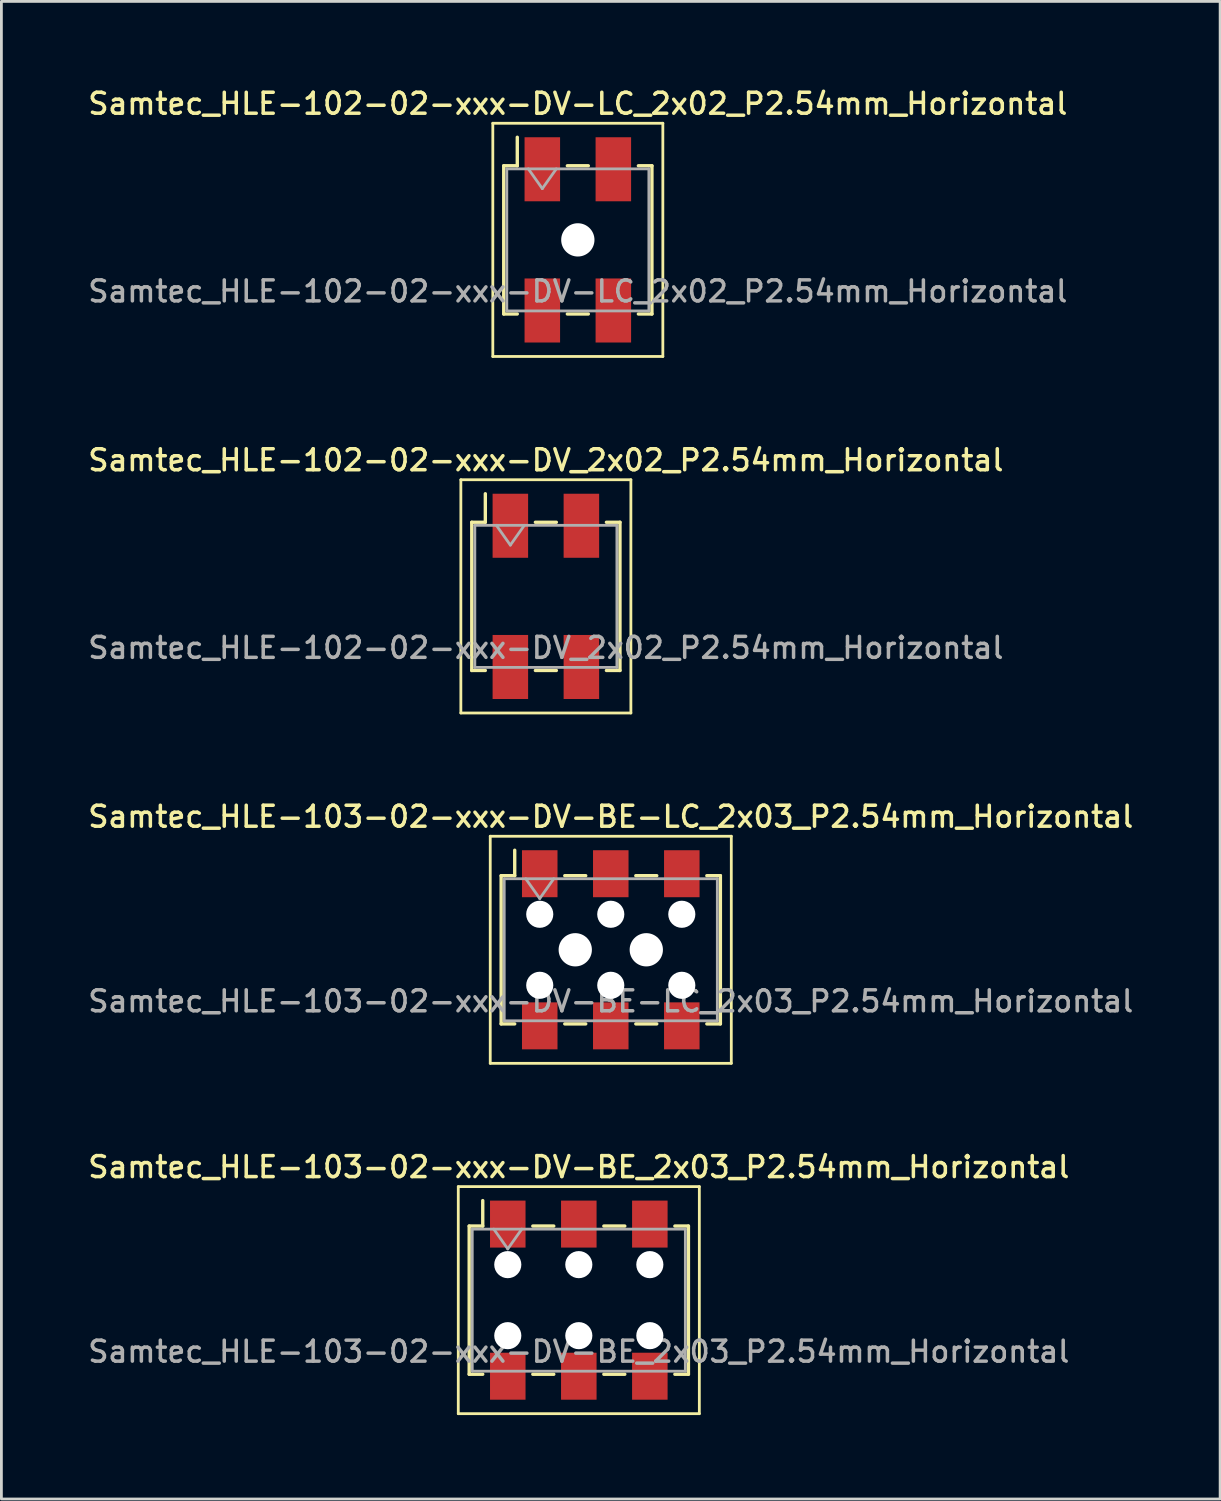
<source format=kicad_pcb>
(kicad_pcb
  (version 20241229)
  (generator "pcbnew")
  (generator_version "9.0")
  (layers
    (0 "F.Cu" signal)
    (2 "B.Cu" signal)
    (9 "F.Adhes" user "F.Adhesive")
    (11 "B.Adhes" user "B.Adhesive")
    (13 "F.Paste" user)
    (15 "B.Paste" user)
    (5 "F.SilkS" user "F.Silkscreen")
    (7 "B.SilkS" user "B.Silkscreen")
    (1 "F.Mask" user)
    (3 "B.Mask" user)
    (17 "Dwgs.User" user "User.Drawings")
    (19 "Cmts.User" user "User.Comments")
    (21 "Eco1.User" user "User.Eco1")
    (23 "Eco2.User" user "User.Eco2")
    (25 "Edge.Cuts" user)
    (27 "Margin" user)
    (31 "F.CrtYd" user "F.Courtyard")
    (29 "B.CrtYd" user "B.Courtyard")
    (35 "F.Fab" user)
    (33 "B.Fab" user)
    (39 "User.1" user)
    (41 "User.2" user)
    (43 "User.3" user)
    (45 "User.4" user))
  (footprint "Samtec_HLE-102-02-xxx-DV_2x02_P2.54mm_Horizontal"
    (layer "F.Cu")
    (at 16.47 18.276)
    (property "Reference" "Samtec_HLE-102-02-xxx-DV_2x02_P2.54mm_Horizontal" (at 0 -4.87 0) (layer "F.SilkS") (effects (font (size 0.75 0.75) (thickness 0.125))))
    (attr smd)
    (fp_line (start -3.04 -4.17) (end 3.04 -4.17) (stroke (width 0.1) (type solid)) (layer "F.SilkS"))
    (fp_line (start -3.04 4.17) (end -3.04 -4.17) (stroke (width 0.1) (type solid)) (layer "F.SilkS"))
    (fp_line (start -2.65 -2.65) (end -2.65 2.65) (stroke (width 0.12) (type solid)) (layer "F.SilkS"))
    (fp_line (start -2.65 2.65) (end -2.165 2.65) (stroke (width 0.12) (type solid)) (layer "F.SilkS"))
    (fp_line (start -2.165 -3.67) (end -2.165 -2.65) (stroke (width 0.12) (type solid)) (layer "F.SilkS"))
    (fp_line (start -2.165 -2.65) (end -2.65 -2.65) (stroke (width 0.12) (type solid)) (layer "F.SilkS"))
    (fp_line (start -0.375 -2.65) (end 0.375 -2.65) (stroke (width 0.12) (type solid)) (layer "F.SilkS"))
    (fp_line (start -0.375 2.65) (end 0.375 2.65) (stroke (width 0.12) (type solid)) (layer "F.SilkS"))
    (fp_line (start 2.165 -2.65) (end 2.65 -2.65) (stroke (width 0.12) (type solid)) (layer "F.SilkS"))
    (fp_line (start 2.65 -2.65) (end 2.65 2.65) (stroke (width 0.12) (type solid)) (layer "F.SilkS"))
    (fp_line (start 2.65 2.65) (end 2.165 2.65) (stroke (width 0.12) (type solid)) (layer "F.SilkS"))
    (fp_line (start 3.04 -4.17) (end 3.04 4.17) (stroke (width 0.1) (type solid)) (layer "F.SilkS"))
    (fp_line (start 3.04 4.17) (end -3.04 4.17) (stroke (width 0.1) (type solid)) (layer "F.SilkS"))
    (fp_line (start -2.54 -2.54) (end 2.54 -2.54) (stroke (width 0.1) (type solid)) (layer "F.Fab"))
    (fp_line (start -2.54 2.54) (end -2.54 -2.54) (stroke (width 0.1) (type solid)) (layer "F.Fab"))
    (fp_line (start -1.77 -2.54) (end -1.27 -1.833) (stroke (width 0.1) (type solid)) (layer "F.Fab"))
    (fp_line (start -1.27 -1.833) (end -0.77 -2.54) (stroke (width 0.1) (type solid)) (layer "F.Fab"))
    (fp_line (start 2.54 -2.54) (end 2.54 2.54) (stroke (width 0.1) (type solid)) (layer "F.Fab"))
    (fp_line (start 2.54 2.54) (end -2.54 2.54) (stroke (width 0.1) (type solid)) (layer "F.Fab"))
    (fp_text user "${REFERENCE}" (at 0 1.84 0) (layer "F.Fab") (effects (font (size 0.75 0.75) (thickness 0.125))))
    (pad "1" smd rect (at -1.27 -2.525) (size 1.27 2.29) (layers "F.Cu" "F.Mask" "F.Paste"))
    (pad "2" smd rect (at -1.27 2.525) (size 1.27 2.29) (layers "F.Cu" "F.Mask" "F.Paste"))
    (pad "3" smd rect (at 1.27 -2.525) (size 1.27 2.29) (layers "F.Cu" "F.Mask" "F.Paste"))
    (pad "4" smd rect (at 1.27 2.525) (size 1.27 2.29) (layers "F.Cu" "F.Mask" "F.Paste")))
  (footprint "Samtec_HLE-103-02-xxx-DV-BE_2x03_P2.54mm_Horizontal"
    (layer "F.Cu")
    (at 17.648 43.443)
    (property "Reference" "Samtec_HLE-103-02-xxx-DV-BE_2x03_P2.54mm_Horizontal" (at 0 -4.76 0) (layer "F.SilkS") (effects (font (size 0.75 0.75) (thickness 0.125))))
    (attr smd)
    (fp_line (start -4.31 -4.06) (end 4.31 -4.06) (stroke (width 0.1) (type solid)) (layer "F.SilkS"))
    (fp_line (start -4.31 4.06) (end -4.31 -4.06) (stroke (width 0.1) (type solid)) (layer "F.SilkS"))
    (fp_line (start -3.92 -2.65) (end -3.92 2.65) (stroke (width 0.12) (type solid)) (layer "F.SilkS"))
    (fp_line (start -3.92 2.65) (end -3.435 2.65) (stroke (width 0.12) (type solid)) (layer "F.SilkS"))
    (fp_line (start -3.435 -3.56) (end -3.435 -2.65) (stroke (width 0.12) (type solid)) (layer "F.SilkS"))
    (fp_line (start -3.435 -2.65) (end -3.92 -2.65) (stroke (width 0.12) (type solid)) (layer "F.SilkS"))
    (fp_line (start -1.645 -2.65) (end -0.895 -2.65) (stroke (width 0.12) (type solid)) (layer "F.SilkS"))
    (fp_line (start -1.645 2.65) (end -0.895 2.65) (stroke (width 0.12) (type solid)) (layer "F.SilkS"))
    (fp_line (start 0.895 -2.65) (end 1.645 -2.65) (stroke (width 0.12) (type solid)) (layer "F.SilkS"))
    (fp_line (start 0.895 2.65) (end 1.645 2.65) (stroke (width 0.12) (type solid)) (layer "F.SilkS"))
    (fp_line (start 3.435 -2.65) (end 3.92 -2.65) (stroke (width 0.12) (type solid)) (layer "F.SilkS"))
    (fp_line (start 3.92 -2.65) (end 3.92 2.65) (stroke (width 0.12) (type solid)) (layer "F.SilkS"))
    (fp_line (start 3.92 2.65) (end 3.435 2.65) (stroke (width 0.12) (type solid)) (layer "F.SilkS"))
    (fp_line (start 4.31 -4.06) (end 4.31 4.06) (stroke (width 0.1) (type solid)) (layer "F.SilkS"))
    (fp_line (start 4.31 4.06) (end -4.31 4.06) (stroke (width 0.1) (type solid)) (layer "F.SilkS"))
    (fp_line (start -3.81 -2.54) (end 3.81 -2.54) (stroke (width 0.1) (type solid)) (layer "F.Fab"))
    (fp_line (start -3.81 2.54) (end -3.81 -2.54) (stroke (width 0.1) (type solid)) (layer "F.Fab"))
    (fp_line (start -3.04 -2.54) (end -2.54 -1.833) (stroke (width 0.1) (type solid)) (layer "F.Fab"))
    (fp_line (start -2.54 -1.833) (end -2.04 -2.54) (stroke (width 0.1) (type solid)) (layer "F.Fab"))
    (fp_line (start 3.81 -2.54) (end 3.81 2.54) (stroke (width 0.1) (type solid)) (layer "F.Fab"))
    (fp_line (start 3.81 2.54) (end -3.81 2.54) (stroke (width 0.1) (type solid)) (layer "F.Fab"))
    (fp_text user "${REFERENCE}" (at 0 1.84 0) (layer "F.Fab") (effects (font (size 0.75 0.75) (thickness 0.125))))
    (pad "" np_thru_hole circle (at -2.54 -1.27) (size 0.97 0.97) (drill 0.97) (layers "*.Cu" "*.Mask"))
    (pad "" np_thru_hole circle (at -2.54 1.27) (size 0.97 0.97) (drill 0.97) (layers "*.Cu" "*.Mask"))
    (pad "" np_thru_hole circle (at 0 -1.27) (size 0.97 0.97) (drill 0.97) (layers "*.Cu" "*.Mask"))
    (pad "" np_thru_hole circle (at 0 1.27) (size 0.97 0.97) (drill 0.97) (layers "*.Cu" "*.Mask"))
    (pad "" np_thru_hole circle (at 2.54 -1.27) (size 0.97 0.97) (drill 0.97) (layers "*.Cu" "*.Mask"))
    (pad "" np_thru_hole circle (at 2.54 1.27) (size 0.97 0.97) (drill 0.97) (layers "*.Cu" "*.Mask"))
    (pad "1" smd rect (at -2.54 -2.72) (size 1.27 1.68) (layers "F.Cu" "F.Mask" "F.Paste"))
    (pad "2" smd rect (at -2.54 2.72) (size 1.27 1.68) (layers "F.Cu" "F.Mask" "F.Paste"))
    (pad "3" smd rect (at 0 -2.72) (size 1.27 1.68) (layers "F.Cu" "F.Mask" "F.Paste"))
    (pad "4" smd rect (at 0 2.72) (size 1.27 1.68) (layers "F.Cu" "F.Mask" "F.Paste"))
    (pad "5" smd rect (at 2.54 -2.72) (size 1.27 1.68) (layers "F.Cu" "F.Mask" "F.Paste"))
    (pad "6" smd rect (at 2.54 2.72) (size 1.27 1.68) (layers "F.Cu" "F.Mask" "F.Paste")))
  (footprint "Samtec_HLE-102-02-xxx-DV-LC_2x02_P2.54mm_Horizontal"
    (layer "F.Cu")
    (at 17.613 5.528)
    (property "Reference" "Samtec_HLE-102-02-xxx-DV-LC_2x02_P2.54mm_Horizontal" (at 0 -4.87 0) (layer "F.SilkS") (effects (font (size 0.75 0.75) (thickness 0.125))))
    (attr smd)
    (fp_line (start -3.04 -4.17) (end 3.04 -4.17) (stroke (width 0.1) (type solid)) (layer "F.SilkS"))
    (fp_line (start -3.04 4.17) (end -3.04 -4.17) (stroke (width 0.1) (type solid)) (layer "F.SilkS"))
    (fp_line (start -2.65 -2.65) (end -2.65 2.65) (stroke (width 0.12) (type solid)) (layer "F.SilkS"))
    (fp_line (start -2.65 2.65) (end -2.165 2.65) (stroke (width 0.12) (type solid)) (layer "F.SilkS"))
    (fp_line (start -2.165 -3.67) (end -2.165 -2.65) (stroke (width 0.12) (type solid)) (layer "F.SilkS"))
    (fp_line (start -2.165 -2.65) (end -2.65 -2.65) (stroke (width 0.12) (type solid)) (layer "F.SilkS"))
    (fp_line (start -0.375 -2.65) (end 0.375 -2.65) (stroke (width 0.12) (type solid)) (layer "F.SilkS"))
    (fp_line (start -0.375 2.65) (end 0.375 2.65) (stroke (width 0.12) (type solid)) (layer "F.SilkS"))
    (fp_line (start 2.165 -2.65) (end 2.65 -2.65) (stroke (width 0.12) (type solid)) (layer "F.SilkS"))
    (fp_line (start 2.65 -2.65) (end 2.65 2.65) (stroke (width 0.12) (type solid)) (layer "F.SilkS"))
    (fp_line (start 2.65 2.65) (end 2.165 2.65) (stroke (width 0.12) (type solid)) (layer "F.SilkS"))
    (fp_line (start 3.04 -4.17) (end 3.04 4.17) (stroke (width 0.1) (type solid)) (layer "F.SilkS"))
    (fp_line (start 3.04 4.17) (end -3.04 4.17) (stroke (width 0.1) (type solid)) (layer "F.SilkS"))
    (fp_line (start -2.54 -2.54) (end 2.54 -2.54) (stroke (width 0.1) (type solid)) (layer "F.Fab"))
    (fp_line (start -2.54 2.54) (end -2.54 -2.54) (stroke (width 0.1) (type solid)) (layer "F.Fab"))
    (fp_line (start -1.77 -2.54) (end -1.27 -1.833) (stroke (width 0.1) (type solid)) (layer "F.Fab"))
    (fp_line (start -1.27 -1.833) (end -0.77 -2.54) (stroke (width 0.1) (type solid)) (layer "F.Fab"))
    (fp_line (start 2.54 -2.54) (end 2.54 2.54) (stroke (width 0.1) (type solid)) (layer "F.Fab"))
    (fp_line (start 2.54 2.54) (end -2.54 2.54) (stroke (width 0.1) (type solid)) (layer "F.Fab"))
    (fp_text user "${REFERENCE}" (at 0 1.84 0) (layer "F.Fab") (effects (font (size 0.75 0.75) (thickness 0.125))))
    (pad "" np_thru_hole circle (at 0 0) (size 1.19 1.19) (drill 1.19) (layers "*.Cu" "*.Mask"))
    (pad "1" smd rect (at -1.27 -2.525) (size 1.27 2.29) (layers "F.Cu" "F.Mask" "F.Paste"))
    (pad "2" smd rect (at -1.27 2.525) (size 1.27 2.29) (layers "F.Cu" "F.Mask" "F.Paste"))
    (pad "3" smd rect (at 1.27 -2.525) (size 1.27 2.29) (layers "F.Cu" "F.Mask" "F.Paste"))
    (pad "4" smd rect (at 1.27 2.525) (size 1.27 2.29) (layers "F.Cu" "F.Mask" "F.Paste")))
  (footprint "Samtec_HLE-103-02-xxx-DV-BE-LC_2x03_P2.54mm_Horizontal"
    (layer "F.Cu")
    (at 18.791 30.914)
    (property "Reference" "Samtec_HLE-103-02-xxx-DV-BE-LC_2x03_P2.54mm_Horizontal" (at 0 -4.76 0) (layer "F.SilkS") (effects (font (size 0.75 0.75) (thickness 0.125))))
    (attr smd)
    (fp_line (start -4.31 -4.06) (end 4.31 -4.06) (stroke (width 0.1) (type solid)) (layer "F.SilkS"))
    (fp_line (start -4.31 4.06) (end -4.31 -4.06) (stroke (width 0.1) (type solid)) (layer "F.SilkS"))
    (fp_line (start -3.92 -2.65) (end -3.92 2.65) (stroke (width 0.12) (type solid)) (layer "F.SilkS"))
    (fp_line (start -3.92 2.65) (end -3.435 2.65) (stroke (width 0.12) (type solid)) (layer "F.SilkS"))
    (fp_line (start -3.435 -3.56) (end -3.435 -2.65) (stroke (width 0.12) (type solid)) (layer "F.SilkS"))
    (fp_line (start -3.435 -2.65) (end -3.92 -2.65) (stroke (width 0.12) (type solid)) (layer "F.SilkS"))
    (fp_line (start -1.645 -2.65) (end -0.895 -2.65) (stroke (width 0.12) (type solid)) (layer "F.SilkS"))
    (fp_line (start -1.645 2.65) (end -0.895 2.65) (stroke (width 0.12) (type solid)) (layer "F.SilkS"))
    (fp_line (start 0.895 -2.65) (end 1.645 -2.65) (stroke (width 0.12) (type solid)) (layer "F.SilkS"))
    (fp_line (start 0.895 2.65) (end 1.645 2.65) (stroke (width 0.12) (type solid)) (layer "F.SilkS"))
    (fp_line (start 3.435 -2.65) (end 3.92 -2.65) (stroke (width 0.12) (type solid)) (layer "F.SilkS"))
    (fp_line (start 3.92 -2.65) (end 3.92 2.65) (stroke (width 0.12) (type solid)) (layer "F.SilkS"))
    (fp_line (start 3.92 2.65) (end 3.435 2.65) (stroke (width 0.12) (type solid)) (layer "F.SilkS"))
    (fp_line (start 4.31 -4.06) (end 4.31 4.06) (stroke (width 0.1) (type solid)) (layer "F.SilkS"))
    (fp_line (start 4.31 4.06) (end -4.31 4.06) (stroke (width 0.1) (type solid)) (layer "F.SilkS"))
    (fp_line (start -3.81 -2.54) (end 3.81 -2.54) (stroke (width 0.1) (type solid)) (layer "F.Fab"))
    (fp_line (start -3.81 2.54) (end -3.81 -2.54) (stroke (width 0.1) (type solid)) (layer "F.Fab"))
    (fp_line (start -3.04 -2.54) (end -2.54 -1.833) (stroke (width 0.1) (type solid)) (layer "F.Fab"))
    (fp_line (start -2.54 -1.833) (end -2.04 -2.54) (stroke (width 0.1) (type solid)) (layer "F.Fab"))
    (fp_line (start 3.81 -2.54) (end 3.81 2.54) (stroke (width 0.1) (type solid)) (layer "F.Fab"))
    (fp_line (start 3.81 2.54) (end -3.81 2.54) (stroke (width 0.1) (type solid)) (layer "F.Fab"))
    (fp_text user "${REFERENCE}" (at 0 1.84 0) (layer "F.Fab") (effects (font (size 0.75 0.75) (thickness 0.125))))
    (pad "" np_thru_hole circle (at -2.54 -1.27) (size 0.97 0.97) (drill 0.97) (layers "*.Cu" "*.Mask"))
    (pad "" np_thru_hole circle (at -2.54 1.27) (size 0.97 0.97) (drill 0.97) (layers "*.Cu" "*.Mask"))
    (pad "" np_thru_hole circle (at -1.27 0) (size 1.19 1.19) (drill 1.19) (layers "*.Cu" "*.Mask"))
    (pad "" np_thru_hole circle (at 0 -1.27) (size 0.97 0.97) (drill 0.97) (layers "*.Cu" "*.Mask"))
    (pad "" np_thru_hole circle (at 0 1.27) (size 0.97 0.97) (drill 0.97) (layers "*.Cu" "*.Mask"))
    (pad "" np_thru_hole circle (at 1.27 0) (size 1.19 1.19) (drill 1.19) (layers "*.Cu" "*.Mask"))
    (pad "" np_thru_hole circle (at 2.54 -1.27) (size 0.97 0.97) (drill 0.97) (layers "*.Cu" "*.Mask"))
    (pad "" np_thru_hole circle (at 2.54 1.27) (size 0.97 0.97) (drill 0.97) (layers "*.Cu" "*.Mask"))
    (pad "1" smd rect (at -2.54 -2.72) (size 1.27 1.68) (layers "F.Cu" "F.Mask" "F.Paste"))
    (pad "2" smd rect (at -2.54 2.72) (size 1.27 1.68) (layers "F.Cu" "F.Mask" "F.Paste"))
    (pad "3" smd rect (at 0 -2.72) (size 1.27 1.68) (layers "F.Cu" "F.Mask" "F.Paste"))
    (pad "4" smd rect (at 0 2.72) (size 1.27 1.68) (layers "F.Cu" "F.Mask" "F.Paste"))
    (pad "5" smd rect (at 2.54 -2.72) (size 1.27 1.68) (layers "F.Cu" "F.Mask" "F.Paste"))
    (pad "6" smd rect (at 2.54 2.72) (size 1.27 1.68) (layers "F.Cu" "F.Mask" "F.Paste")))
  (gr_rect
    (start -3 -3)
    (end 40.582 50.553)
    (stroke (width 0.1) (type default))
    (fill no)
    (layer "Edge.Cuts")))
</source>
